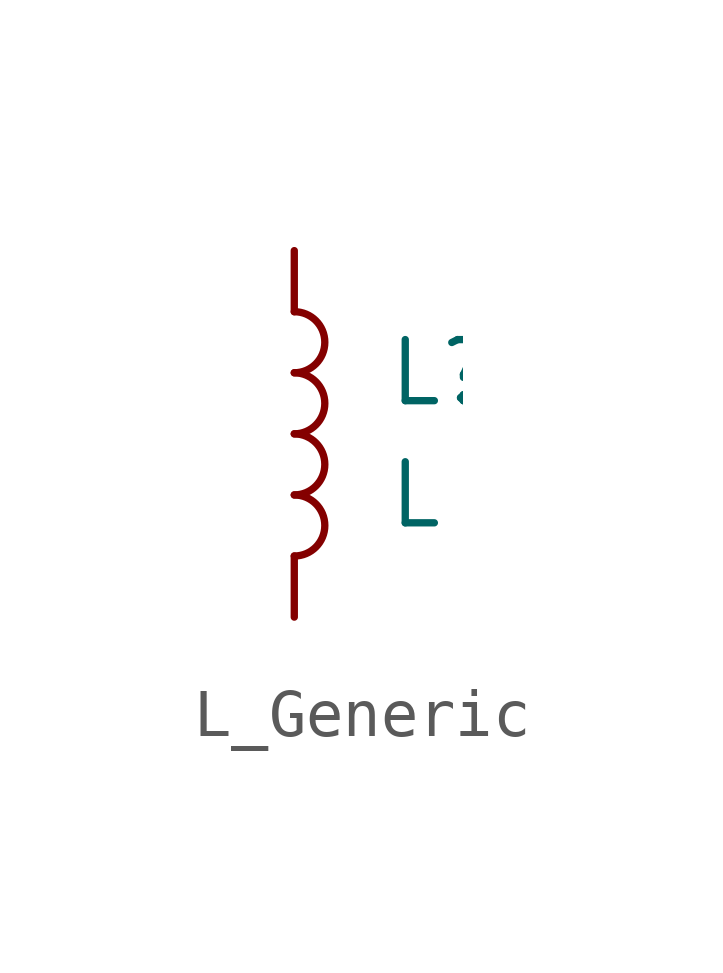
<source format=kicad_sym>
(kicad_symbol_lib
  (version 20220914)
  (generator kicad_symbol_editor)
  (symbol "L_Generic"
    (pin_numbers hide)
    (pin_names
      (offset 1.016) hide)
    (property "Reference" "L"
      (at 1.905 1.27 0)
      (effects (font (size 1.27 1.27)) (justify left)))
    (property "Value" "L"
      (at 1.905 -1.27 0)
      (effects (font (size 1.27 1.27)) (justify left)))
    (symbol "L_Generic_0_1"
      (arc (start 0 -2.54) (mid 0.6323 -1.905) (end 0 -1.27) (stroke (width 0) (type default)) (fill (type none)))
      (arc (start 0 -1.27) (mid 0.6323 -0.635) (end 0 0) (stroke (width 0) (type default)) (fill (type none)))
      (arc (start 0 0) (mid 0.6323 0.635) (end 0 1.27) (stroke (width 0) (type default)) (fill (type none)))
      (arc (start 0 1.27) (mid 0.6323 1.905) (end 0 2.54) (stroke (width 0) (type default)) (fill (type none))))
    (symbol "L_Generic_1_1"
      (pin passive line (at 0 3.81 270) (length 1.27) (name "1" (effects (font (size 1.27 1.27)))) (number "1" (effects (font (size 1.27 1.27)))))
      (pin passive line (at 0 -3.81 90) (length 1.27) (name "2" (effects (font (size 1.27 1.27)))) (number "2" (effects (font (size 1.27 1.27))))))))
</source>
